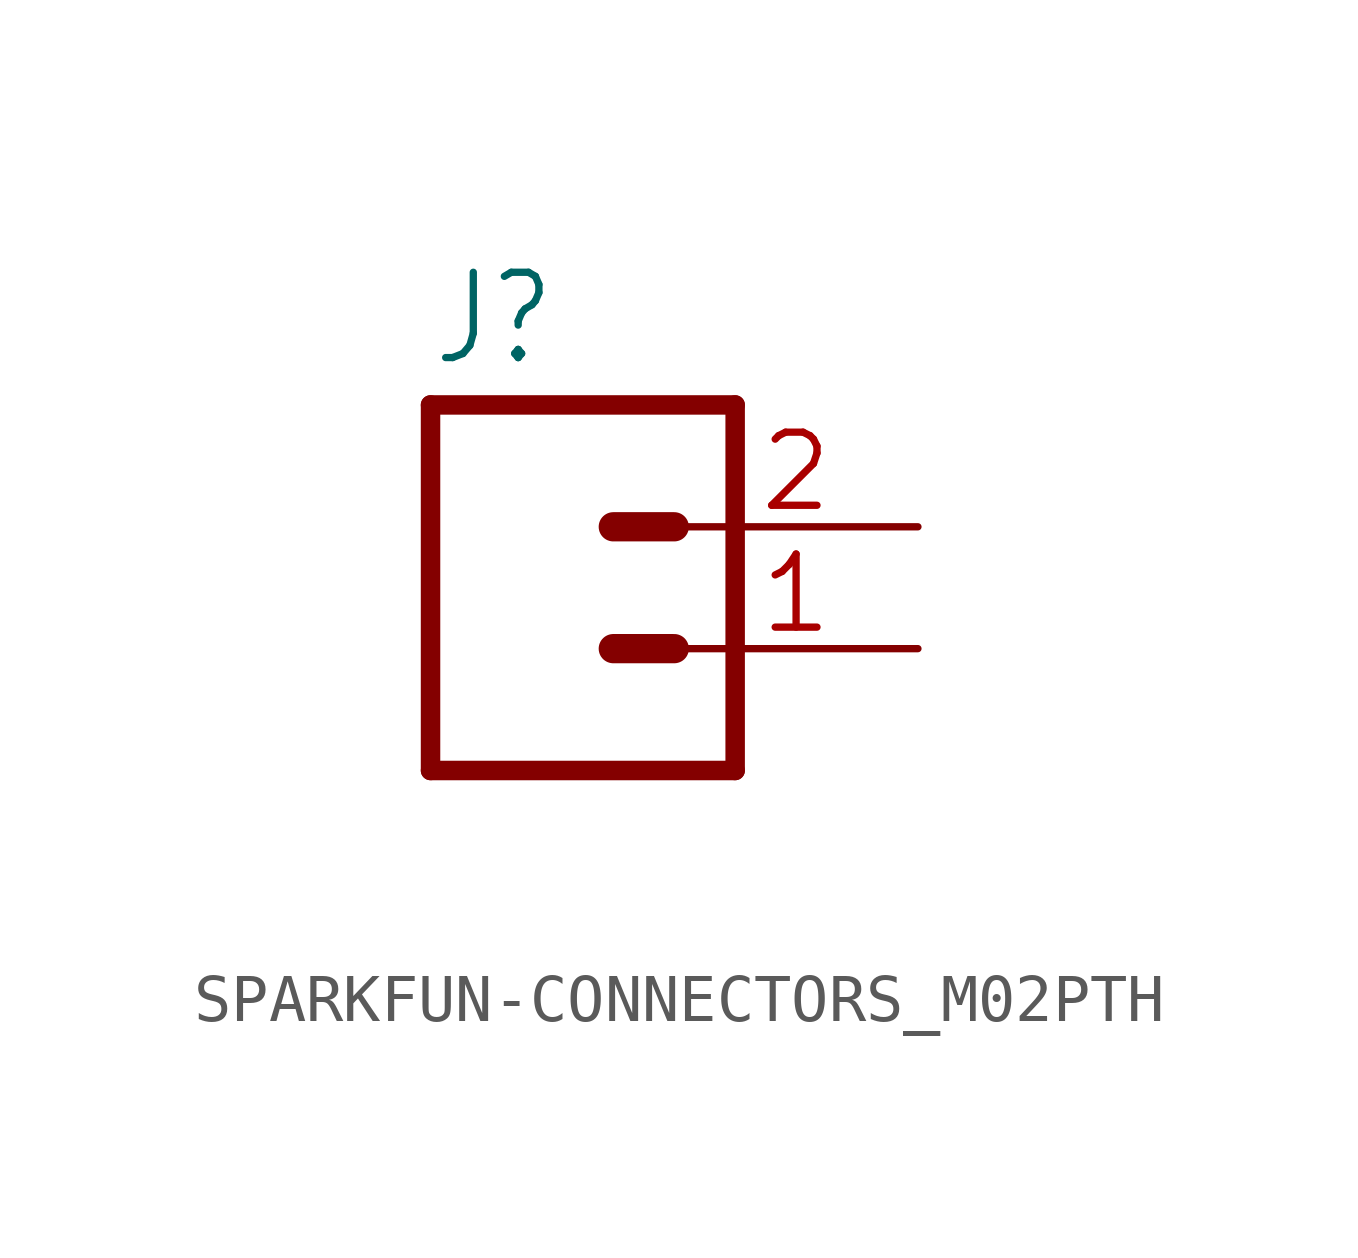
<source format=kicad_sym>
(kicad_symbol_lib
  (version 20241209)
  (generator "kicad_symbol_editor")
  (generator_version "9.0")
  (symbol "SPARKFUN-CONNECTORS_M02PTH"
    (property "Reference" "J"
      (at -2.54 5.842 0)
      (effects (font (size 1.778 1.511)) (justify left bottom)))
    (property "Value" ""
      (at -2.54 -5.08 0)
      (effects (font (size 1.778 1.511)) (justify left bottom)))
    (property "ki_locked" ""
      (at 0 0 0)
      (effects (font (size 1.27 1.27))))
    (symbol "SPARKFUN-CONNECTORS_M02PTH_1_0"
      (polyline (pts (xy -2.54 5.08) (xy -2.54 -2.54)) (stroke (width 0.406) (type solid)) (fill (type none)))
      (polyline (pts (xy -2.54 5.08) (xy 3.81 5.08)) (stroke (width 0.406) (type solid)) (fill (type none)))
      (polyline (pts (xy 1.27 2.54) (xy 2.54 2.54)) (stroke (width 0.61) (type solid)) (fill (type none)))
      (polyline (pts (xy 1.27 0) (xy 2.54 0)) (stroke (width 0.61) (type solid)) (fill (type none)))
      (polyline (pts (xy 3.81 -2.54) (xy -2.54 -2.54)) (stroke (width 0.406) (type solid)) (fill (type none)))
      (polyline (pts (xy 3.81 -2.54) (xy 3.81 5.08)) (stroke (width 0.406) (type solid)) (fill (type none)))
      (pin passive line (at 7.62 2.54 180) (length 5.08) (name "2" (effects (font (size 0 0)))) (number "2" (effects (font (size 1.524 1.524)))))
      (pin passive line (at 7.62 0 180) (length 5.08) (name "1" (effects (font (size 0 0)))) (number "1" (effects (font (size 1.524 1.524))))))))
</source>
